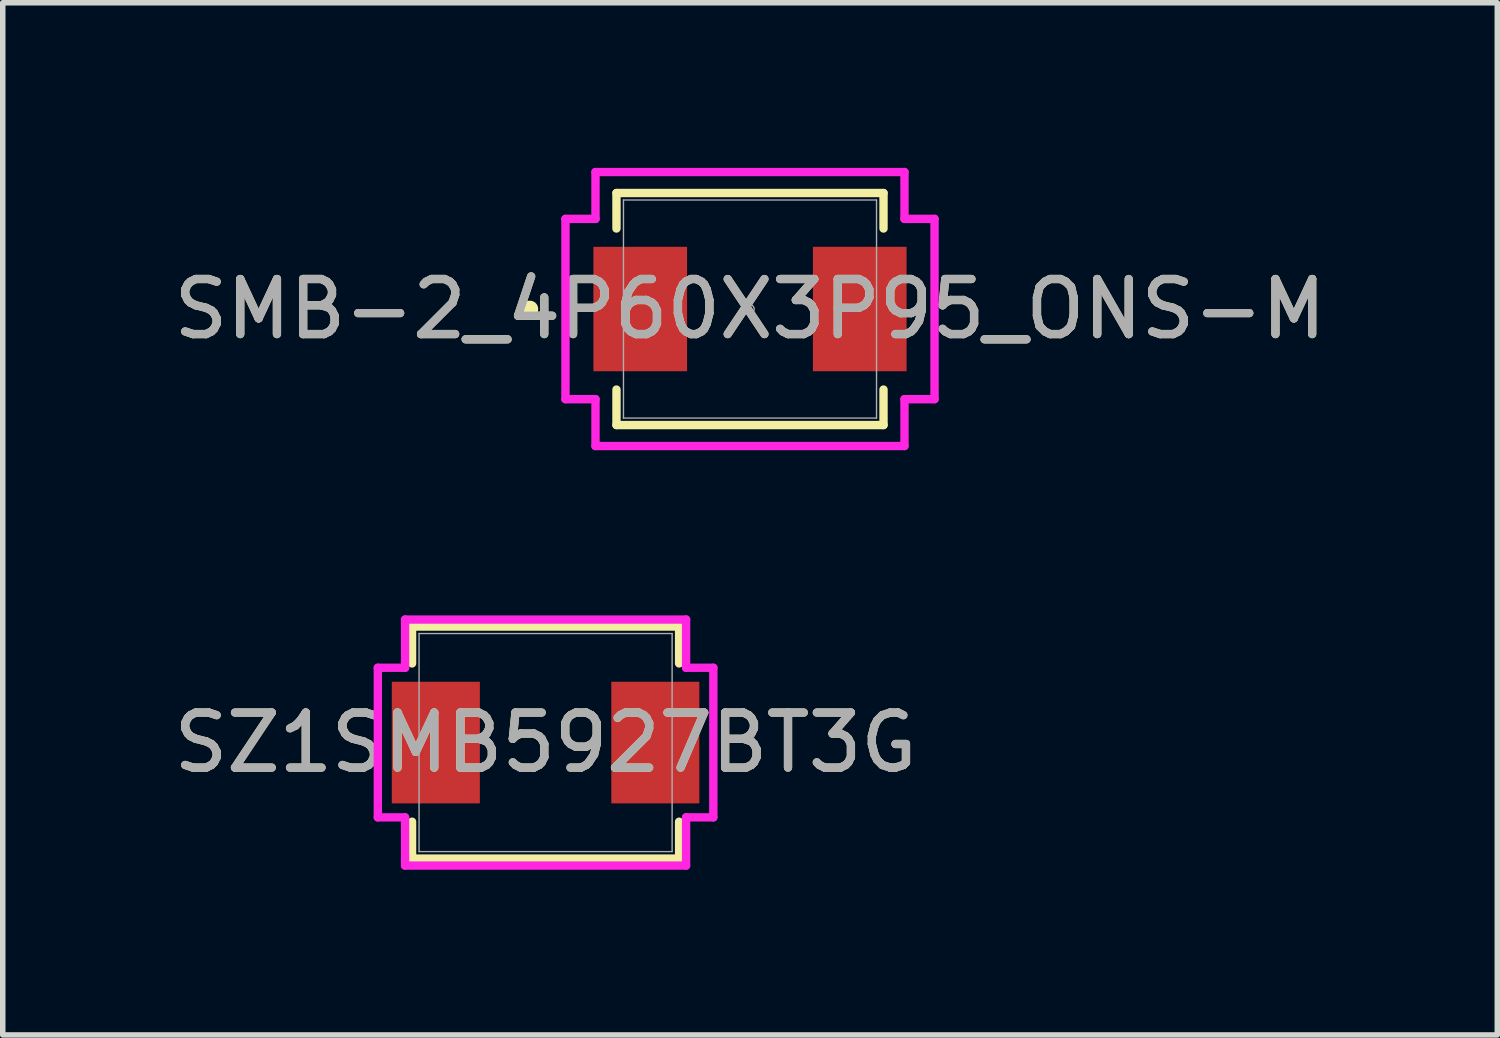
<source format=kicad_pcb>
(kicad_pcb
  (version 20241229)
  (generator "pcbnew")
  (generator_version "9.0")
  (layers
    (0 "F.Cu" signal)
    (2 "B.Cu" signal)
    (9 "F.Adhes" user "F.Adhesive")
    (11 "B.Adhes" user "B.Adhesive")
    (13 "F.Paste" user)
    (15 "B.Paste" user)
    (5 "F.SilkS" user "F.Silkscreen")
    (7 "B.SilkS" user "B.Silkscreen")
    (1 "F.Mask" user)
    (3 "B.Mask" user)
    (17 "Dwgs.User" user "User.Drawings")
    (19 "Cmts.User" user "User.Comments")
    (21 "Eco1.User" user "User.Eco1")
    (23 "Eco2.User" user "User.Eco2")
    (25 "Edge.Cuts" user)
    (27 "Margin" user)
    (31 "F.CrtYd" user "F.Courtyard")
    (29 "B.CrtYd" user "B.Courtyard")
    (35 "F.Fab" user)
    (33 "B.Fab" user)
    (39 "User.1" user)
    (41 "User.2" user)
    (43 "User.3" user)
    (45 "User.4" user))
  (footprint "SZ1SMB5927BT3G"
    (layer "F.Cu")
    (at 6.863 10.442)
    (property "Reference" "SZ1SMB5927BT3G" (at 0 0 0) (unlocked yes) (layer "F.SilkS") (effects (font (size 1 1) (thickness 0.15))))
    (attr smd)
    (fp_line (start -2.426 -2.108) (end -2.426 -1.438) (stroke (width 0.152) (type solid)) (layer "F.SilkS"))
    (fp_line (start -2.426 1.438) (end -2.426 2.108) (stroke (width 0.152) (type solid)) (layer "F.SilkS"))
    (fp_line (start -2.426 2.108) (end 2.426 2.108) (stroke (width 0.152) (type solid)) (layer "F.SilkS"))
    (fp_line (start 2.426 -2.108) (end -2.426 -2.108) (stroke (width 0.152) (type solid)) (layer "F.SilkS"))
    (fp_line (start 2.426 -1.438) (end 2.426 -2.108) (stroke (width 0.152) (type solid)) (layer "F.SilkS"))
    (fp_line (start 2.426 2.108) (end 2.426 1.438) (stroke (width 0.152) (type solid)) (layer "F.SilkS"))
    (fp_line (start -3.048 -1.359) (end -2.553 -1.359) (stroke (width 0.152) (type solid)) (layer "F.CrtYd"))
    (fp_line (start -3.048 1.359) (end -3.048 -1.359) (stroke (width 0.152) (type solid)) (layer "F.CrtYd"))
    (fp_line (start -3.048 1.359) (end -2.553 1.359) (stroke (width 0.152) (type solid)) (layer "F.CrtYd"))
    (fp_line (start -2.553 -2.235) (end 2.553 -2.235) (stroke (width 0.152) (type solid)) (layer "F.CrtYd"))
    (fp_line (start -2.553 -1.359) (end -2.553 -2.235) (stroke (width 0.152) (type solid)) (layer "F.CrtYd"))
    (fp_line (start -2.553 2.235) (end -2.553 1.359) (stroke (width 0.152) (type solid)) (layer "F.CrtYd"))
    (fp_line (start 2.553 -2.235) (end 2.553 -1.359) (stroke (width 0.152) (type solid)) (layer "F.CrtYd"))
    (fp_line (start 2.553 1.359) (end 2.553 2.235) (stroke (width 0.152) (type solid)) (layer "F.CrtYd"))
    (fp_line (start 2.553 2.235) (end -2.553 2.235) (stroke (width 0.152) (type solid)) (layer "F.CrtYd"))
    (fp_line (start 3.048 -1.359) (end 2.553 -1.359) (stroke (width 0.152) (type solid)) (layer "F.CrtYd"))
    (fp_line (start 3.048 -1.359) (end 3.048 1.359) (stroke (width 0.152) (type solid)) (layer "F.CrtYd"))
    (fp_line (start 3.048 1.359) (end 2.553 1.359) (stroke (width 0.152) (type solid)) (layer "F.CrtYd"))
    (fp_line (start -2.299 -1.981) (end -2.299 1.981) (stroke (width 0.025) (type solid)) (layer "F.Fab"))
    (fp_line (start -2.299 1.981) (end 2.299 1.981) (stroke (width 0.025) (type solid)) (layer "F.Fab"))
    (fp_line (start 2.299 -1.981) (end -2.299 -1.981) (stroke (width 0.025) (type solid)) (layer "F.Fab"))
    (fp_line (start 2.299 1.981) (end 2.299 -1.981) (stroke (width 0.025) (type solid)) (layer "F.Fab"))
    (fp_circle (center 0 0) (end 0 0) (stroke (width 0.025) (type solid)) (fill no) (layer "F.Fab"))
    (fp_text user "${REFERENCE}" (at 0 0 0) (unlocked yes) (layer "F.Fab") (effects (font (size 1 1) (thickness 0.15))))
    (pad "1" smd rect (at -1.994 0) (size 1.6 2.21) (layers "F.Cu" "F.Mask" "F.Paste"))
    (pad "2" smd rect (at 1.994 0) (size 1.6 2.21) (layers "F.Cu" "F.Mask" "F.Paste")))
  (footprint "SMB-2_4P60X3P95_ONS-M"
    (layer "F.Cu")
    (at 10.577 2.565)
    (property "Reference" "SMB-2_4P60X3P95_ONS-M" (at 0 0 0) (unlocked yes) (layer "F.SilkS") (effects (font (size 1 1) (thickness 0.15))))
    (attr smd)
    (fp_line (start -2.426 -2.108) (end -2.426 -1.463) (stroke (width 0.152) (type solid)) (layer "F.SilkS"))
    (fp_line (start -2.426 1.463) (end -2.426 2.108) (stroke (width 0.152) (type solid)) (layer "F.SilkS"))
    (fp_line (start -2.426 2.108) (end 2.426 2.108) (stroke (width 0.152) (type solid)) (layer "F.SilkS"))
    (fp_line (start 2.426 -2.108) (end -2.426 -2.108) (stroke (width 0.152) (type solid)) (layer "F.SilkS"))
    (fp_line (start 2.426 -1.463) (end 2.426 -2.108) (stroke (width 0.152) (type solid)) (layer "F.SilkS"))
    (fp_line (start 2.426 2.108) (end 2.426 1.463) (stroke (width 0.152) (type solid)) (layer "F.SilkS"))
    (fp_circle (center -4 0) (end -3.924 0) (stroke (width 0.152) (type solid)) (fill no) (layer "F.SilkS"))
    (fp_line (start -3.353 -1.638) (end -2.807 -1.638) (stroke (width 0.152) (type solid)) (layer "F.CrtYd"))
    (fp_line (start -3.353 1.638) (end -3.353 -1.638) (stroke (width 0.152) (type solid)) (layer "F.CrtYd"))
    (fp_line (start -3.353 1.638) (end -2.807 1.638) (stroke (width 0.152) (type solid)) (layer "F.CrtYd"))
    (fp_line (start -2.807 -2.489) (end 2.807 -2.489) (stroke (width 0.152) (type solid)) (layer "F.CrtYd"))
    (fp_line (start -2.807 -1.638) (end -2.807 -2.489) (stroke (width 0.152) (type solid)) (layer "F.CrtYd"))
    (fp_line (start -2.807 2.489) (end -2.807 1.638) (stroke (width 0.152) (type solid)) (layer "F.CrtYd"))
    (fp_line (start 2.807 -2.489) (end 2.807 -1.638) (stroke (width 0.152) (type solid)) (layer "F.CrtYd"))
    (fp_line (start 2.807 1.638) (end 2.807 2.489) (stroke (width 0.152) (type solid)) (layer "F.CrtYd"))
    (fp_line (start 2.807 2.489) (end -2.807 2.489) (stroke (width 0.152) (type solid)) (layer "F.CrtYd"))
    (fp_line (start 3.353 -1.638) (end 2.807 -1.638) (stroke (width 0.152) (type solid)) (layer "F.CrtYd"))
    (fp_line (start 3.353 -1.638) (end 3.353 1.638) (stroke (width 0.152) (type solid)) (layer "F.CrtYd"))
    (fp_line (start 3.353 1.638) (end 2.807 1.638) (stroke (width 0.152) (type solid)) (layer "F.CrtYd"))
    (fp_line (start -2.299 -1.981) (end -2.299 1.981) (stroke (width 0.025) (type solid)) (layer "F.Fab"))
    (fp_line (start -2.299 1.981) (end 2.299 1.981) (stroke (width 0.025) (type solid)) (layer "F.Fab"))
    (fp_line (start 2.299 -1.981) (end -2.299 -1.981) (stroke (width 0.025) (type solid)) (layer "F.Fab"))
    (fp_line (start 2.299 1.981) (end 2.299 -1.981) (stroke (width 0.025) (type solid)) (layer "F.Fab"))
    (fp_circle (center 0 0) (end 0.076 0) (stroke (width 0.025) (type solid)) (fill no) (layer "F.Fab"))
    (fp_text user "${REFERENCE}" (at 0 0 0) (unlocked yes) (layer "F.Fab") (effects (font (size 1 1) (thickness 0.15))))
    (pad "1" smd rect (at -1.994 0) (size 1.702 2.261) (layers "F.Cu" "F.Mask" "F.Paste"))
    (pad "2" smd rect (at 1.994 0) (size 1.702 2.261) (layers "F.Cu" "F.Mask" "F.Paste")))
  (gr_rect
    (start -3 -3)
    (end 24.155 15.754)
    (stroke (width 0.1) (type default))
    (fill no)
    (layer "Edge.Cuts")))
</source>
